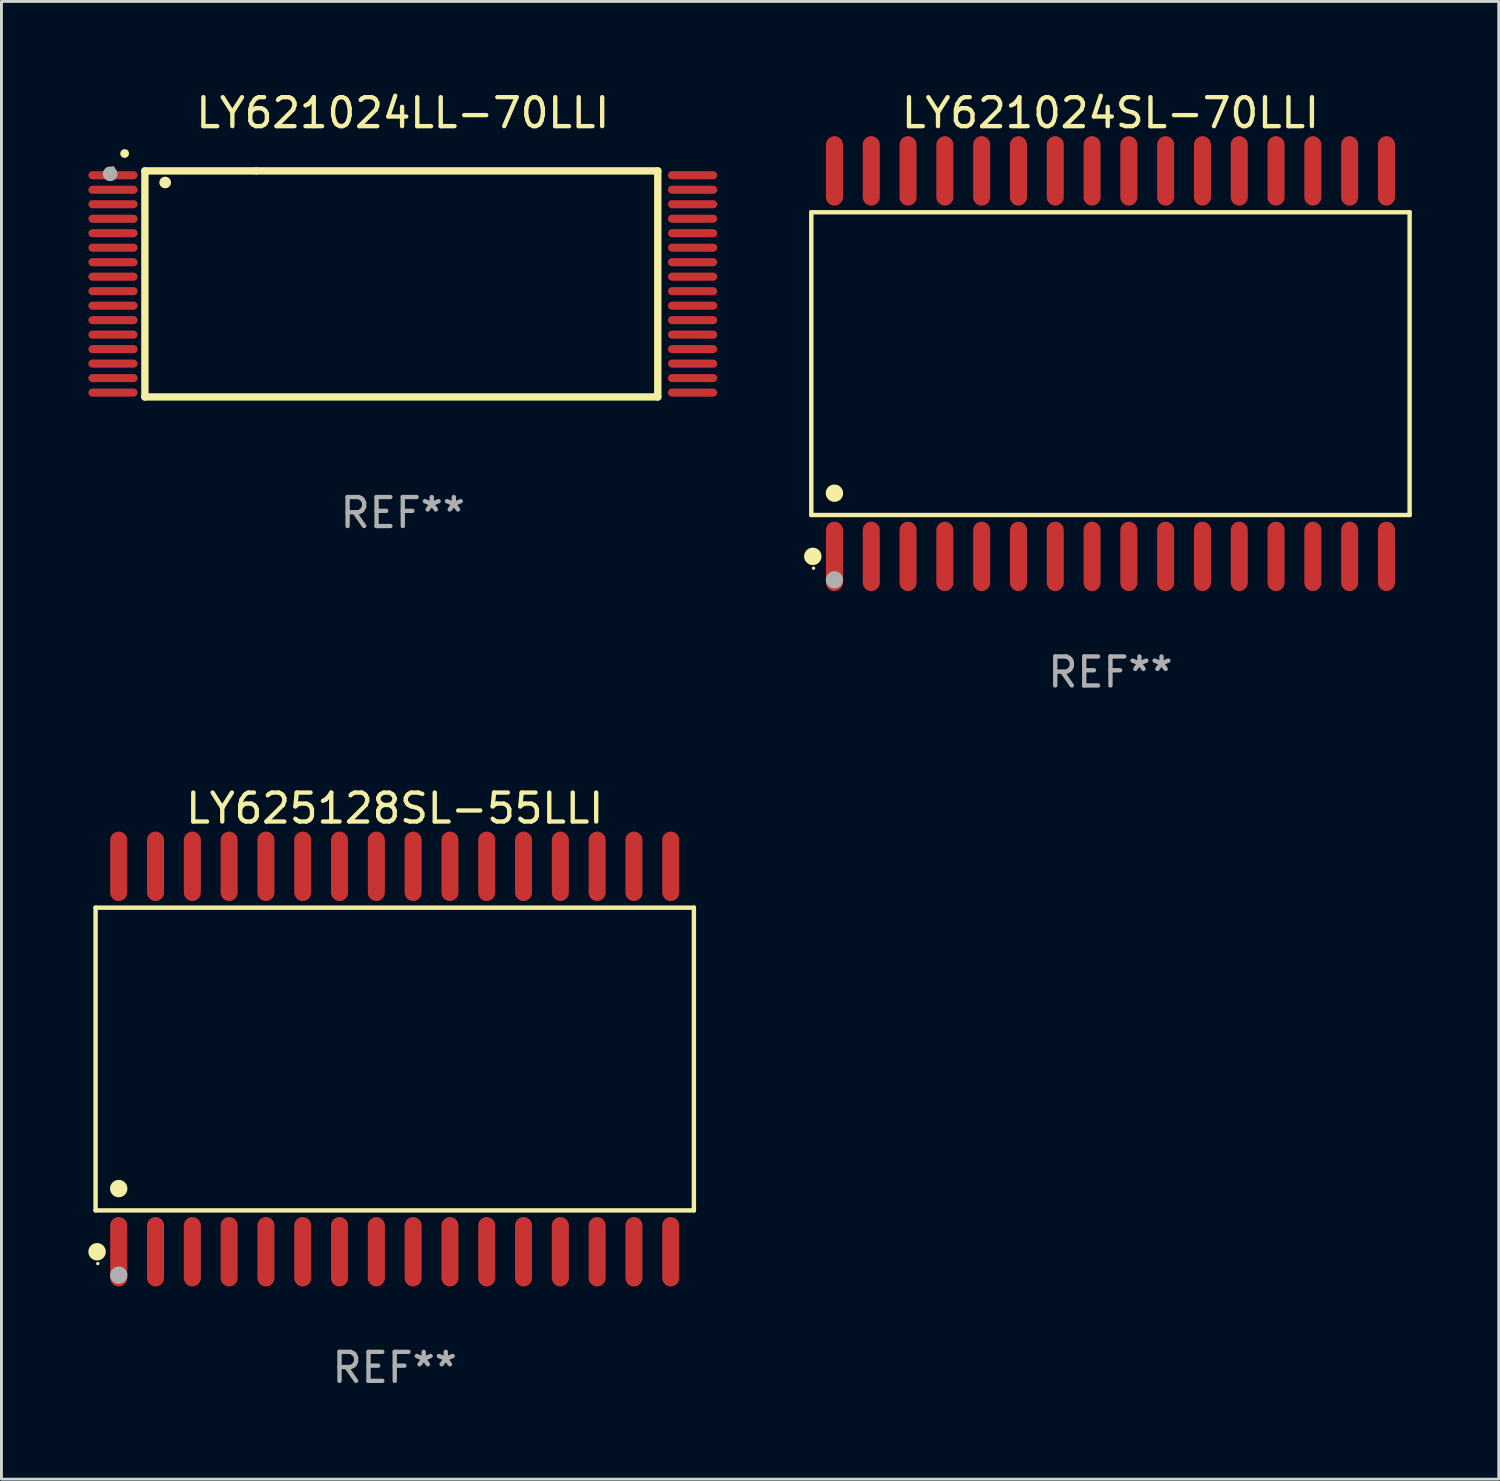
<source format=kicad_pcb>
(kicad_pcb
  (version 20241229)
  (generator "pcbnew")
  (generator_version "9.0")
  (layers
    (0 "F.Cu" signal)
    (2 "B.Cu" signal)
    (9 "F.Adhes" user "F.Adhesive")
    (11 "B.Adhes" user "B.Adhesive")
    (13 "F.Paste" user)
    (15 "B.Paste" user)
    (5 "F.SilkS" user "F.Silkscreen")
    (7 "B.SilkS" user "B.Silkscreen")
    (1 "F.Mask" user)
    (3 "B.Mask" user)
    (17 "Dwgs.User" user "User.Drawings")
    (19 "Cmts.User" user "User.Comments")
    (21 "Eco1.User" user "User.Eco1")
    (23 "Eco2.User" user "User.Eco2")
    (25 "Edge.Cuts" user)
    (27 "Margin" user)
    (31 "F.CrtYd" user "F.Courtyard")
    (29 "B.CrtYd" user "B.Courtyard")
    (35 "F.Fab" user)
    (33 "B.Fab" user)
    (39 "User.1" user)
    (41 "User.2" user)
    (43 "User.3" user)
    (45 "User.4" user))
  (footprint "LY625128SL-55LLI"
    (layer "F.Cu")
    (at 10.572 33.497)
    (property "Reference" "LY625128SL-55LLI" (at 0 -8.651 0) (layer "F.SilkS") (effects (font (size 1 1) (thickness 0.15))))
    (attr through_hole)
    (fp_line (start -10.324 -5.224) (end 10.324 -5.224) (stroke (width 0.152) (type solid)) (layer "F.SilkS"))
    (fp_line (start -10.324 5.224) (end -10.324 -5.224) (stroke (width 0.152) (type solid)) (layer "F.SilkS"))
    (fp_line (start 10.324 -5.224) (end 10.324 5.224) (stroke (width 0.152) (type solid)) (layer "F.SilkS"))
    (fp_line (start 10.324 5.224) (end -10.324 5.224) (stroke (width 0.152) (type solid)) (layer "F.SilkS"))
    (fp_circle (center -10.272 6.651) (end -10.121 6.651) (stroke (width 0.3) (type solid)) (fill no) (layer "F.SilkS"))
    (fp_circle (center -10.247 7.06) (end -10.217 7.06) (stroke (width 0.06) (type solid)) (fill no) (layer "F.SilkS"))
    (fp_circle (center -9.525 4.471) (end -9.375 4.471) (stroke (width 0.3) (type solid)) (fill no) (layer "F.SilkS"))
    (fp_circle (center -9.525 7.46) (end -9.375 7.46) (stroke (width 0.3) (type solid)) (fill no) (layer "F.Fab"))
    (fp_text user "REF**" (at 0 10.651 0) (layer "F.Fab") (effects (font (size 1 1) (thickness 0.15))))
    (pad "1" smd oval (at -9.525 6.651) (size 0.588 2.396) (layers "F.Cu" "F.Mask" "F.Paste"))
    (pad "2" smd oval (at -8.255 6.651) (size 0.588 2.396) (layers "F.Cu" "F.Mask" "F.Paste"))
    (pad "3" smd oval (at -6.985 6.651) (size 0.588 2.396) (layers "F.Cu" "F.Mask" "F.Paste"))
    (pad "4" smd oval (at -5.715 6.651) (size 0.588 2.396) (layers "F.Cu" "F.Mask" "F.Paste"))
    (pad "5" smd oval (at -4.445 6.651) (size 0.588 2.396) (layers "F.Cu" "F.Mask" "F.Paste"))
    (pad "6" smd oval (at -3.175 6.651) (size 0.588 2.396) (layers "F.Cu" "F.Mask" "F.Paste"))
    (pad "7" smd oval (at -1.905 6.651) (size 0.588 2.396) (layers "F.Cu" "F.Mask" "F.Paste"))
    (pad "8" smd oval (at -0.635 6.651) (size 0.588 2.396) (layers "F.Cu" "F.Mask" "F.Paste"))
    (pad "9" smd oval (at 0.635 6.651) (size 0.588 2.396) (layers "F.Cu" "F.Mask" "F.Paste"))
    (pad "10" smd oval (at 1.905 6.651) (size 0.588 2.396) (layers "F.Cu" "F.Mask" "F.Paste"))
    (pad "11" smd oval (at 3.175 6.651) (size 0.588 2.396) (layers "F.Cu" "F.Mask" "F.Paste"))
    (pad "12" smd oval (at 4.445 6.651) (size 0.588 2.396) (layers "F.Cu" "F.Mask" "F.Paste"))
    (pad "13" smd oval (at 5.715 6.651) (size 0.588 2.396) (layers "F.Cu" "F.Mask" "F.Paste"))
    (pad "14" smd oval (at 6.985 6.651) (size 0.588 2.396) (layers "F.Cu" "F.Mask" "F.Paste"))
    (pad "15" smd oval (at 8.255 6.651) (size 0.588 2.396) (layers "F.Cu" "F.Mask" "F.Paste"))
    (pad "16" smd oval (at 9.525 6.651) (size 0.588 2.396) (layers "F.Cu" "F.Mask" "F.Paste"))
    (pad "17" smd oval (at 9.525 -6.651) (size 0.588 2.396) (layers "F.Cu" "F.Mask" "F.Paste"))
    (pad "18" smd oval (at 8.255 -6.651) (size 0.588 2.396) (layers "F.Cu" "F.Mask" "F.Paste"))
    (pad "19" smd oval (at 6.985 -6.651) (size 0.588 2.396) (layers "F.Cu" "F.Mask" "F.Paste"))
    (pad "20" smd oval (at 5.715 -6.651) (size 0.588 2.396) (layers "F.Cu" "F.Mask" "F.Paste"))
    (pad "21" smd oval (at 4.445 -6.651) (size 0.588 2.396) (layers "F.Cu" "F.Mask" "F.Paste"))
    (pad "22" smd oval (at 3.175 -6.651) (size 0.588 2.396) (layers "F.Cu" "F.Mask" "F.Paste"))
    (pad "23" smd oval (at 1.905 -6.651) (size 0.588 2.396) (layers "F.Cu" "F.Mask" "F.Paste"))
    (pad "24" smd oval (at 0.635 -6.651) (size 0.588 2.396) (layers "F.Cu" "F.Mask" "F.Paste"))
    (pad "25" smd oval (at -0.635 -6.651) (size 0.588 2.396) (layers "F.Cu" "F.Mask" "F.Paste"))
    (pad "26" smd oval (at -1.905 -6.651) (size 0.588 2.396) (layers "F.Cu" "F.Mask" "F.Paste"))
    (pad "27" smd oval (at -3.175 -6.651) (size 0.588 2.396) (layers "F.Cu" "F.Mask" "F.Paste"))
    (pad "28" smd oval (at -4.445 -6.651) (size 0.588 2.396) (layers "F.Cu" "F.Mask" "F.Paste"))
    (pad "29" smd oval (at -5.715 -6.651) (size 0.588 2.396) (layers "F.Cu" "F.Mask" "F.Paste"))
    (pad "30" smd oval (at -6.985 -6.651) (size 0.588 2.396) (layers "F.Cu" "F.Mask" "F.Paste"))
    (pad "31" smd oval (at -8.255 -6.651) (size 0.588 2.396) (layers "F.Cu" "F.Mask" "F.Paste"))
    (pad "32" smd oval (at -9.525 -6.651) (size 0.588 2.396) (layers "F.Cu" "F.Mask" "F.Paste")))
  (footprint "LY621024LL-70LLI"
    (layer "F.Cu")
    (at 10.85 6.748)
    (property "Reference" "LY621024LL-70LLI" (at 0 -5.9 0) (layer "F.SilkS") (effects (font (size 1 1) (thickness 0.15))))
    (attr through_hole)
    (fp_line (start -8.9 -3.9) (end -5.05 -3.9) (stroke (width 0.254) (type solid)) (layer "F.SilkS"))
    (fp_line (start -8.9 3.9) (end -8.9 -3.9) (stroke (width 0.254) (type solid)) (layer "F.SilkS"))
    (fp_line (start -5.05 -3.9) (end 8.8 -3.9) (stroke (width 0.254) (type solid)) (layer "F.SilkS"))
    (fp_line (start 8.8 -3.9) (end 8.8 3.9) (stroke (width 0.254) (type solid)) (layer "F.SilkS"))
    (fp_line (start 8.8 3.9) (end -8.9 3.9) (stroke (width 0.254) (type solid)) (layer "F.SilkS"))
    (fp_arc (start -9.600127 -4.499949) (mid -9.598857 -4.499955) (end -9.597587 -4.499949) (stroke (width 0.3) (type solid)) (layer "F.SilkS"))
    (fp_arc (start -8.201397 -3.499949) (mid -8.200127 -3.499953) (end -8.198857 -3.499949) (stroke (width 0.4) (type solid)) (layer "F.SilkS"))
    (fp_circle (center -10 -4) (end -9.97 -4) (stroke (width 0.06) (type solid)) (fill no) (layer "F.SilkS"))
    (fp_circle (center -10.1 -3.8) (end -9.973 -3.8) (stroke (width 0.254) (type solid)) (fill no) (layer "F.Fab"))
    (fp_text user "REF**" (at 0 7.9 0) (layer "F.Fab") (effects (font (size 1 1) (thickness 0.15))))
    (pad "1" smd oval (at -10 -3.75 90) (size 0.28 1.7) (layers "F.Cu" "F.Mask" "F.Paste"))
    (pad "2" smd oval (at -10 -3.25 90) (size 0.28 1.7) (layers "F.Cu" "F.Mask" "F.Paste"))
    (pad "3" smd oval (at -10 -2.75 90) (size 0.28 1.7) (layers "F.Cu" "F.Mask" "F.Paste"))
    (pad "4" smd oval (at -10 -2.25 90) (size 0.28 1.7) (layers "F.Cu" "F.Mask" "F.Paste"))
    (pad "5" smd oval (at -10 -1.75 90) (size 0.28 1.7) (layers "F.Cu" "F.Mask" "F.Paste"))
    (pad "6" smd oval (at -10 -1.25 90) (size 0.28 1.7) (layers "F.Cu" "F.Mask" "F.Paste"))
    (pad "7" smd oval (at -10 -0.75 90) (size 0.28 1.7) (layers "F.Cu" "F.Mask" "F.Paste"))
    (pad "8" smd oval (at -10 -0.25 90) (size 0.28 1.7) (layers "F.Cu" "F.Mask" "F.Paste"))
    (pad "9" smd oval (at -10 0.25 90) (size 0.28 1.7) (layers "F.Cu" "F.Mask" "F.Paste"))
    (pad "10" smd oval (at -10 0.75 90) (size 0.28 1.7) (layers "F.Cu" "F.Mask" "F.Paste"))
    (pad "11" smd oval (at -10 1.25 90) (size 0.28 1.7) (layers "F.Cu" "F.Mask" "F.Paste"))
    (pad "12" smd oval (at -10 1.75 90) (size 0.28 1.7) (layers "F.Cu" "F.Mask" "F.Paste"))
    (pad "13" smd oval (at -10 2.25 90) (size 0.28 1.7) (layers "F.Cu" "F.Mask" "F.Paste"))
    (pad "14" smd oval (at -10 2.75 90) (size 0.28 1.7) (layers "F.Cu" "F.Mask" "F.Paste"))
    (pad "15" smd oval (at -10 3.25 90) (size 0.28 1.7) (layers "F.Cu" "F.Mask" "F.Paste"))
    (pad "16" smd oval (at -10 3.75 90) (size 0.28 1.7) (layers "F.Cu" "F.Mask" "F.Paste"))
    (pad "17" smd oval (at 10 3.75 90) (size 0.28 1.7) (layers "F.Cu" "F.Mask" "F.Paste"))
    (pad "18" smd oval (at 10 3.25 90) (size 0.28 1.7) (layers "F.Cu" "F.Mask" "F.Paste"))
    (pad "19" smd oval (at 10 2.75 90) (size 0.28 1.7) (layers "F.Cu" "F.Mask" "F.Paste"))
    (pad "20" smd oval (at 10 2.25 90) (size 0.28 1.7) (layers "F.Cu" "F.Mask" "F.Paste"))
    (pad "21" smd oval (at 10 1.75 90) (size 0.28 1.7) (layers "F.Cu" "F.Mask" "F.Paste"))
    (pad "22" smd oval (at 10 1.25 90) (size 0.28 1.7) (layers "F.Cu" "F.Mask" "F.Paste"))
    (pad "23" smd oval (at 10 0.75 90) (size 0.28 1.7) (layers "F.Cu" "F.Mask" "F.Paste"))
    (pad "24" smd oval (at 10 0.25 90) (size 0.28 1.7) (layers "F.Cu" "F.Mask" "F.Paste"))
    (pad "25" smd oval (at 10 -0.25 90) (size 0.28 1.7) (layers "F.Cu" "F.Mask" "F.Paste"))
    (pad "26" smd oval (at 10 -0.75 90) (size 0.28 1.7) (layers "F.Cu" "F.Mask" "F.Paste"))
    (pad "27" smd oval (at 10 -1.25 90) (size 0.28 1.7) (layers "F.Cu" "F.Mask" "F.Paste"))
    (pad "28" smd oval (at 10 -1.75 90) (size 0.28 1.7) (layers "F.Cu" "F.Mask" "F.Paste"))
    (pad "29" smd oval (at 10 -2.25 90) (size 0.28 1.7) (layers "F.Cu" "F.Mask" "F.Paste"))
    (pad "30" smd oval (at 10 -2.75 90) (size 0.28 1.7) (layers "F.Cu" "F.Mask" "F.Paste"))
    (pad "31" smd oval (at 10 -3.25 90) (size 0.28 1.7) (layers "F.Cu" "F.Mask" "F.Paste"))
    (pad "32" smd oval (at 10 -3.75 90) (size 0.28 1.7) (layers "F.Cu" "F.Mask" "F.Paste")))
  (footprint "LY621024SL-70LLI"
    (layer "F.Cu")
    (at 35.272 9.499)
    (property "Reference" "LY621024SL-70LLI" (at 0 -8.651 0) (layer "F.SilkS") (effects (font (size 1 1) (thickness 0.15))))
    (attr through_hole)
    (fp_line (start -10.324 -5.224) (end 10.324 -5.224) (stroke (width 0.152) (type solid)) (layer "F.SilkS"))
    (fp_line (start -10.324 5.224) (end -10.324 -5.224) (stroke (width 0.152) (type solid)) (layer "F.SilkS"))
    (fp_line (start 10.324 -5.224) (end 10.324 5.224) (stroke (width 0.152) (type solid)) (layer "F.SilkS"))
    (fp_line (start 10.324 5.224) (end -10.324 5.224) (stroke (width 0.152) (type solid)) (layer "F.SilkS"))
    (fp_circle (center -10.272 6.651) (end -10.121 6.651) (stroke (width 0.3) (type solid)) (fill no) (layer "F.SilkS"))
    (fp_circle (center -10.247 7.06) (end -10.217 7.06) (stroke (width 0.06) (type solid)) (fill no) (layer "F.SilkS"))
    (fp_circle (center -9.525 4.471) (end -9.375 4.471) (stroke (width 0.3) (type solid)) (fill no) (layer "F.SilkS"))
    (fp_circle (center -9.525 7.46) (end -9.375 7.46) (stroke (width 0.3) (type solid)) (fill no) (layer "F.Fab"))
    (fp_text user "REF**" (at 0 10.651 0) (layer "F.Fab") (effects (font (size 1 1) (thickness 0.15))))
    (pad "1" smd oval (at -9.525 6.651) (size 0.588 2.396) (layers "F.Cu" "F.Mask" "F.Paste"))
    (pad "2" smd oval (at -8.255 6.651) (size 0.588 2.396) (layers "F.Cu" "F.Mask" "F.Paste"))
    (pad "3" smd oval (at -6.985 6.651) (size 0.588 2.396) (layers "F.Cu" "F.Mask" "F.Paste"))
    (pad "4" smd oval (at -5.715 6.651) (size 0.588 2.396) (layers "F.Cu" "F.Mask" "F.Paste"))
    (pad "5" smd oval (at -4.445 6.651) (size 0.588 2.396) (layers "F.Cu" "F.Mask" "F.Paste"))
    (pad "6" smd oval (at -3.175 6.651) (size 0.588 2.396) (layers "F.Cu" "F.Mask" "F.Paste"))
    (pad "7" smd oval (at -1.905 6.651) (size 0.588 2.396) (layers "F.Cu" "F.Mask" "F.Paste"))
    (pad "8" smd oval (at -0.635 6.651) (size 0.588 2.396) (layers "F.Cu" "F.Mask" "F.Paste"))
    (pad "9" smd oval (at 0.635 6.651) (size 0.588 2.396) (layers "F.Cu" "F.Mask" "F.Paste"))
    (pad "10" smd oval (at 1.905 6.651) (size 0.588 2.396) (layers "F.Cu" "F.Mask" "F.Paste"))
    (pad "11" smd oval (at 3.175 6.651) (size 0.588 2.396) (layers "F.Cu" "F.Mask" "F.Paste"))
    (pad "12" smd oval (at 4.445 6.651) (size 0.588 2.396) (layers "F.Cu" "F.Mask" "F.Paste"))
    (pad "13" smd oval (at 5.715 6.651) (size 0.588 2.396) (layers "F.Cu" "F.Mask" "F.Paste"))
    (pad "14" smd oval (at 6.985 6.651) (size 0.588 2.396) (layers "F.Cu" "F.Mask" "F.Paste"))
    (pad "15" smd oval (at 8.255 6.651) (size 0.588 2.396) (layers "F.Cu" "F.Mask" "F.Paste"))
    (pad "16" smd oval (at 9.525 6.651) (size 0.588 2.396) (layers "F.Cu" "F.Mask" "F.Paste"))
    (pad "17" smd oval (at 9.525 -6.651) (size 0.588 2.396) (layers "F.Cu" "F.Mask" "F.Paste"))
    (pad "18" smd oval (at 8.255 -6.651) (size 0.588 2.396) (layers "F.Cu" "F.Mask" "F.Paste"))
    (pad "19" smd oval (at 6.985 -6.651) (size 0.588 2.396) (layers "F.Cu" "F.Mask" "F.Paste"))
    (pad "20" smd oval (at 5.715 -6.651) (size 0.588 2.396) (layers "F.Cu" "F.Mask" "F.Paste"))
    (pad "21" smd oval (at 4.445 -6.651) (size 0.588 2.396) (layers "F.Cu" "F.Mask" "F.Paste"))
    (pad "22" smd oval (at 3.175 -6.651) (size 0.588 2.396) (layers "F.Cu" "F.Mask" "F.Paste"))
    (pad "23" smd oval (at 1.905 -6.651) (size 0.588 2.396) (layers "F.Cu" "F.Mask" "F.Paste"))
    (pad "24" smd oval (at 0.635 -6.651) (size 0.588 2.396) (layers "F.Cu" "F.Mask" "F.Paste"))
    (pad "25" smd oval (at -0.635 -6.651) (size 0.588 2.396) (layers "F.Cu" "F.Mask" "F.Paste"))
    (pad "26" smd oval (at -1.905 -6.651) (size 0.588 2.396) (layers "F.Cu" "F.Mask" "F.Paste"))
    (pad "27" smd oval (at -3.175 -6.651) (size 0.588 2.396) (layers "F.Cu" "F.Mask" "F.Paste"))
    (pad "28" smd oval (at -4.445 -6.651) (size 0.588 2.396) (layers "F.Cu" "F.Mask" "F.Paste"))
    (pad "29" smd oval (at -5.715 -6.651) (size 0.588 2.396) (layers "F.Cu" "F.Mask" "F.Paste"))
    (pad "30" smd oval (at -6.985 -6.651) (size 0.588 2.396) (layers "F.Cu" "F.Mask" "F.Paste"))
    (pad "31" smd oval (at -8.255 -6.651) (size 0.588 2.396) (layers "F.Cu" "F.Mask" "F.Paste"))
    (pad "32" smd oval (at -9.525 -6.651) (size 0.588 2.396) (layers "F.Cu" "F.Mask" "F.Paste")))
  (gr_rect
    (start -3 -3)
    (end 48.672 47.996)
    (stroke (width 0.1) (type default))
    (fill no)
    (layer "Edge.Cuts")))
</source>
